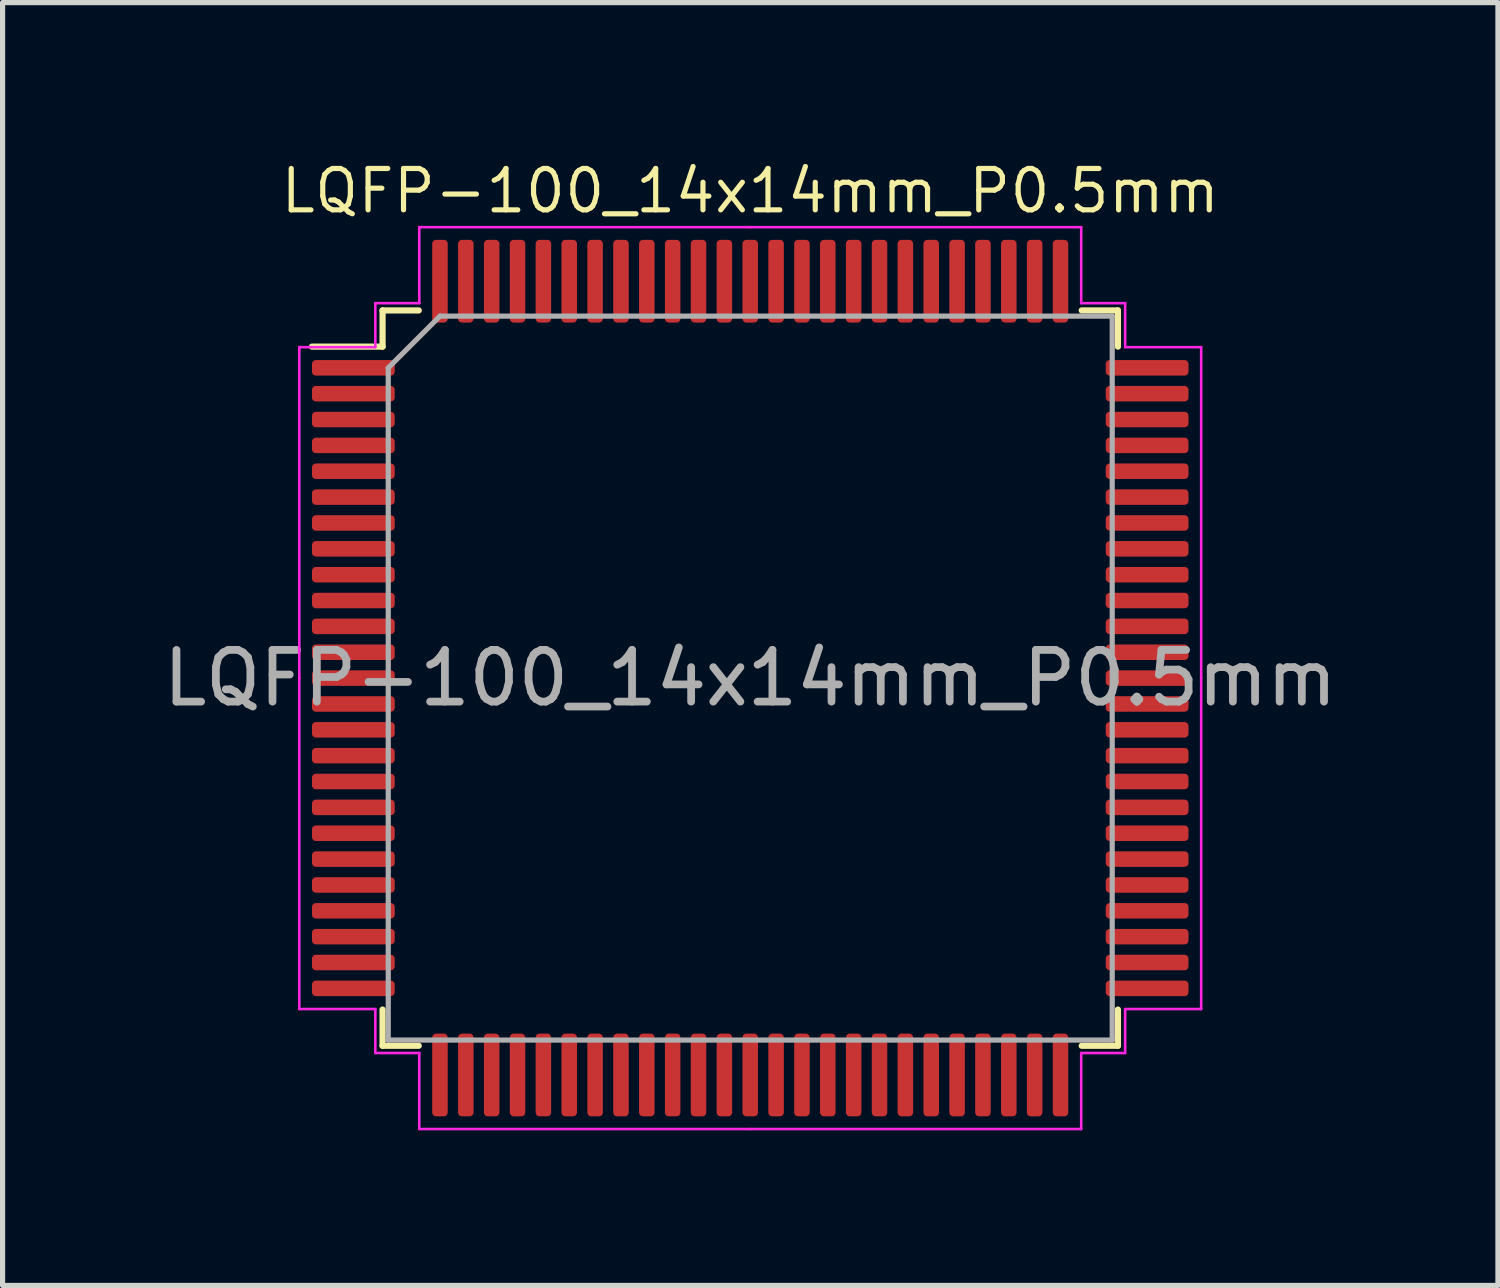
<source format=kicad_pcb>
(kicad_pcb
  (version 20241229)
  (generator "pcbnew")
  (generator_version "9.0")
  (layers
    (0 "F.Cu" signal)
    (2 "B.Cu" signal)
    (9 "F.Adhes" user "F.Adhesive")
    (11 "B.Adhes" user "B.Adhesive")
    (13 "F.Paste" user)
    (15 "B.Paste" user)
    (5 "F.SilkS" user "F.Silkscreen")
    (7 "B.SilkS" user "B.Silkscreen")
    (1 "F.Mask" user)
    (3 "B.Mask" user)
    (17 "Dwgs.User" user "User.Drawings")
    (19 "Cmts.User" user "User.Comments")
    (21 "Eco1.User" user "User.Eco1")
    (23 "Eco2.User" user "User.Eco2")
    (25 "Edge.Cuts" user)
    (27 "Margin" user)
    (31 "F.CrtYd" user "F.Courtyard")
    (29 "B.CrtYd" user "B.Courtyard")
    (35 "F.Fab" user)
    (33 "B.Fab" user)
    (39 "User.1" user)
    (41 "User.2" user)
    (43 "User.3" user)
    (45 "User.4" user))
  (footprint "LQFP-100_14x14mm_P0.5mm"
    (layer "F.Cu")
    (at 11.458 10.063)
    (property "Reference" "LQFP-100_14x14mm_P0.5mm" (at 0 -9.42 0) (unlocked yes) (layer "F.SilkS") (effects (font (size 0.8 0.8) (thickness 0.1))))
    (attr smd)
    (fp_line (start -7.11 -7.11) (end -7.11 -6.41) (stroke (width 0.12) (type solid)) (layer "F.SilkS"))
    (fp_line (start -7.11 -6.41) (end -8.475 -6.41) (stroke (width 0.12) (type solid)) (layer "F.SilkS"))
    (fp_line (start -7.11 7.11) (end -7.11 6.41) (stroke (width 0.12) (type solid)) (layer "F.SilkS"))
    (fp_line (start -6.41 -7.11) (end -7.11 -7.11) (stroke (width 0.12) (type solid)) (layer "F.SilkS"))
    (fp_line (start -6.41 7.11) (end -7.11 7.11) (stroke (width 0.12) (type solid)) (layer "F.SilkS"))
    (fp_line (start 6.41 -7.11) (end 7.11 -7.11) (stroke (width 0.12) (type solid)) (layer "F.SilkS"))
    (fp_line (start 6.41 7.11) (end 7.11 7.11) (stroke (width 0.12) (type solid)) (layer "F.SilkS"))
    (fp_line (start 7.11 -7.11) (end 7.11 -6.41) (stroke (width 0.12) (type solid)) (layer "F.SilkS"))
    (fp_line (start 7.11 7.11) (end 7.11 6.41) (stroke (width 0.12) (type solid)) (layer "F.SilkS"))
    (fp_line (start -8.72 -6.4) (end -8.72 0) (stroke (width 0.05) (type solid)) (layer "F.CrtYd"))
    (fp_line (start -8.72 6.4) (end -8.72 0) (stroke (width 0.05) (type solid)) (layer "F.CrtYd"))
    (fp_line (start -7.25 -7.25) (end -7.25 -6.4) (stroke (width 0.05) (type solid)) (layer "F.CrtYd"))
    (fp_line (start -7.25 -6.4) (end -8.72 -6.4) (stroke (width 0.05) (type solid)) (layer "F.CrtYd"))
    (fp_line (start -7.25 6.4) (end -8.72 6.4) (stroke (width 0.05) (type solid)) (layer "F.CrtYd"))
    (fp_line (start -7.25 7.25) (end -7.25 6.4) (stroke (width 0.05) (type solid)) (layer "F.CrtYd"))
    (fp_line (start -6.4 -8.72) (end -6.4 -7.25) (stroke (width 0.05) (type solid)) (layer "F.CrtYd"))
    (fp_line (start -6.4 -7.25) (end -7.25 -7.25) (stroke (width 0.05) (type solid)) (layer "F.CrtYd"))
    (fp_line (start -6.4 7.25) (end -7.25 7.25) (stroke (width 0.05) (type solid)) (layer "F.CrtYd"))
    (fp_line (start -6.4 8.72) (end -6.4 7.25) (stroke (width 0.05) (type solid)) (layer "F.CrtYd"))
    (fp_line (start 0 -8.72) (end -6.4 -8.72) (stroke (width 0.05) (type solid)) (layer "F.CrtYd"))
    (fp_line (start 0 -8.72) (end 6.4 -8.72) (stroke (width 0.05) (type solid)) (layer "F.CrtYd"))
    (fp_line (start 0 8.72) (end -6.4 8.72) (stroke (width 0.05) (type solid)) (layer "F.CrtYd"))
    (fp_line (start 0 8.72) (end 6.4 8.72) (stroke (width 0.05) (type solid)) (layer "F.CrtYd"))
    (fp_line (start 6.4 -8.72) (end 6.4 -7.25) (stroke (width 0.05) (type solid)) (layer "F.CrtYd"))
    (fp_line (start 6.4 -7.25) (end 7.25 -7.25) (stroke (width 0.05) (type solid)) (layer "F.CrtYd"))
    (fp_line (start 6.4 7.25) (end 7.25 7.25) (stroke (width 0.05) (type solid)) (layer "F.CrtYd"))
    (fp_line (start 6.4 8.72) (end 6.4 7.25) (stroke (width 0.05) (type solid)) (layer "F.CrtYd"))
    (fp_line (start 7.25 -7.25) (end 7.25 -6.4) (stroke (width 0.05) (type solid)) (layer "F.CrtYd"))
    (fp_line (start 7.25 -6.4) (end 8.72 -6.4) (stroke (width 0.05) (type solid)) (layer "F.CrtYd"))
    (fp_line (start 7.25 6.4) (end 8.72 6.4) (stroke (width 0.05) (type solid)) (layer "F.CrtYd"))
    (fp_line (start 7.25 7.25) (end 7.25 6.4) (stroke (width 0.05) (type solid)) (layer "F.CrtYd"))
    (fp_line (start 8.72 -6.4) (end 8.72 0) (stroke (width 0.05) (type solid)) (layer "F.CrtYd"))
    (fp_line (start 8.72 6.4) (end 8.72 0) (stroke (width 0.05) (type solid)) (layer "F.CrtYd"))
    (fp_line (start -7 -6) (end -6 -7) (stroke (width 0.1) (type solid)) (layer "F.Fab"))
    (fp_line (start -7 7) (end -7 -6) (stroke (width 0.1) (type solid)) (layer "F.Fab"))
    (fp_line (start -6 -7) (end 7 -7) (stroke (width 0.1) (type solid)) (layer "F.Fab"))
    (fp_line (start 7 -7) (end 7 7) (stroke (width 0.1) (type solid)) (layer "F.Fab"))
    (fp_line (start 7 7) (end -7 7) (stroke (width 0.1) (type solid)) (layer "F.Fab"))
    (fp_text user "${REFERENCE}" (at 0 0 0) (layer "F.Fab") (effects (font (size 1 1) (thickness 0.15))))
    (pad "1" smd roundrect (at -7.675 -6) (size 1.6 0.3) (layers "F.Cu" "F.Mask" "F.Paste") (roundrect_rratio 0.25))
    (pad "2" smd roundrect (at -7.675 -5.5) (size 1.6 0.3) (layers "F.Cu" "F.Mask" "F.Paste") (roundrect_rratio 0.25))
    (pad "3" smd roundrect (at -7.675 -5) (size 1.6 0.3) (layers "F.Cu" "F.Mask" "F.Paste") (roundrect_rratio 0.25))
    (pad "4" smd roundrect (at -7.675 -4.5) (size 1.6 0.3) (layers "F.Cu" "F.Mask" "F.Paste") (roundrect_rratio 0.25))
    (pad "5" smd roundrect (at -7.675 -4) (size 1.6 0.3) (layers "F.Cu" "F.Mask" "F.Paste") (roundrect_rratio 0.25))
    (pad "6" smd roundrect (at -7.675 -3.5) (size 1.6 0.3) (layers "F.Cu" "F.Mask" "F.Paste") (roundrect_rratio 0.25))
    (pad "7" smd roundrect (at -7.675 -3) (size 1.6 0.3) (layers "F.Cu" "F.Mask" "F.Paste") (roundrect_rratio 0.25))
    (pad "8" smd roundrect (at -7.675 -2.5) (size 1.6 0.3) (layers "F.Cu" "F.Mask" "F.Paste") (roundrect_rratio 0.25))
    (pad "9" smd roundrect (at -7.675 -2) (size 1.6 0.3) (layers "F.Cu" "F.Mask" "F.Paste") (roundrect_rratio 0.25))
    (pad "10" smd roundrect (at -7.675 -1.5) (size 1.6 0.3) (layers "F.Cu" "F.Mask" "F.Paste") (roundrect_rratio 0.25))
    (pad "11" smd roundrect (at -7.675 -1) (size 1.6 0.3) (layers "F.Cu" "F.Mask" "F.Paste") (roundrect_rratio 0.25))
    (pad "12" smd roundrect (at -7.675 -0.5) (size 1.6 0.3) (layers "F.Cu" "F.Mask" "F.Paste") (roundrect_rratio 0.25))
    (pad "13" smd roundrect (at -7.675 0) (size 1.6 0.3) (layers "F.Cu" "F.Mask" "F.Paste") (roundrect_rratio 0.25))
    (pad "14" smd roundrect (at -7.675 0.5) (size 1.6 0.3) (layers "F.Cu" "F.Mask" "F.Paste") (roundrect_rratio 0.25))
    (pad "15" smd roundrect (at -7.675 1) (size 1.6 0.3) (layers "F.Cu" "F.Mask" "F.Paste") (roundrect_rratio 0.25))
    (pad "16" smd roundrect (at -7.675 1.5) (size 1.6 0.3) (layers "F.Cu" "F.Mask" "F.Paste") (roundrect_rratio 0.25))
    (pad "17" smd roundrect (at -7.675 2) (size 1.6 0.3) (layers "F.Cu" "F.Mask" "F.Paste") (roundrect_rratio 0.25))
    (pad "18" smd roundrect (at -7.675 2.5) (size 1.6 0.3) (layers "F.Cu" "F.Mask" "F.Paste") (roundrect_rratio 0.25))
    (pad "19" smd roundrect (at -7.675 3) (size 1.6 0.3) (layers "F.Cu" "F.Mask" "F.Paste") (roundrect_rratio 0.25))
    (pad "20" smd roundrect (at -7.675 3.5) (size 1.6 0.3) (layers "F.Cu" "F.Mask" "F.Paste") (roundrect_rratio 0.25))
    (pad "21" smd roundrect (at -7.675 4) (size 1.6 0.3) (layers "F.Cu" "F.Mask" "F.Paste") (roundrect_rratio 0.25))
    (pad "22" smd roundrect (at -7.675 4.5) (size 1.6 0.3) (layers "F.Cu" "F.Mask" "F.Paste") (roundrect_rratio 0.25))
    (pad "23" smd roundrect (at -7.675 5) (size 1.6 0.3) (layers "F.Cu" "F.Mask" "F.Paste") (roundrect_rratio 0.25))
    (pad "24" smd roundrect (at -7.675 5.5) (size 1.6 0.3) (layers "F.Cu" "F.Mask" "F.Paste") (roundrect_rratio 0.25))
    (pad "25" smd roundrect (at -7.675 6) (size 1.6 0.3) (layers "F.Cu" "F.Mask" "F.Paste") (roundrect_rratio 0.25))
    (pad "26" smd roundrect (at -6 7.675) (size 0.3 1.6) (layers "F.Cu" "F.Mask" "F.Paste") (roundrect_rratio 0.25))
    (pad "27" smd roundrect (at -5.5 7.675) (size 0.3 1.6) (layers "F.Cu" "F.Mask" "F.Paste") (roundrect_rratio 0.25))
    (pad "28" smd roundrect (at -5 7.675) (size 0.3 1.6) (layers "F.Cu" "F.Mask" "F.Paste") (roundrect_rratio 0.25))
    (pad "29" smd roundrect (at -4.5 7.675) (size 0.3 1.6) (layers "F.Cu" "F.Mask" "F.Paste") (roundrect_rratio 0.25))
    (pad "30" smd roundrect (at -4 7.675) (size 0.3 1.6) (layers "F.Cu" "F.Mask" "F.Paste") (roundrect_rratio 0.25))
    (pad "31" smd roundrect (at -3.5 7.675) (size 0.3 1.6) (layers "F.Cu" "F.Mask" "F.Paste") (roundrect_rratio 0.25))
    (pad "32" smd roundrect (at -3 7.675) (size 0.3 1.6) (layers "F.Cu" "F.Mask" "F.Paste") (roundrect_rratio 0.25))
    (pad "33" smd roundrect (at -2.5 7.675) (size 0.3 1.6) (layers "F.Cu" "F.Mask" "F.Paste") (roundrect_rratio 0.25))
    (pad "34" smd roundrect (at -2 7.675) (size 0.3 1.6) (layers "F.Cu" "F.Mask" "F.Paste") (roundrect_rratio 0.25))
    (pad "35" smd roundrect (at -1.5 7.675) (size 0.3 1.6) (layers "F.Cu" "F.Mask" "F.Paste") (roundrect_rratio 0.25))
    (pad "36" smd roundrect (at -1 7.675) (size 0.3 1.6) (layers "F.Cu" "F.Mask" "F.Paste") (roundrect_rratio 0.25))
    (pad "37" smd roundrect (at -0.5 7.675) (size 0.3 1.6) (layers "F.Cu" "F.Mask" "F.Paste") (roundrect_rratio 0.25))
    (pad "38" smd roundrect (at 0 7.675) (size 0.3 1.6) (layers "F.Cu" "F.Mask" "F.Paste") (roundrect_rratio 0.25))
    (pad "39" smd roundrect (at 0.5 7.675) (size 0.3 1.6) (layers "F.Cu" "F.Mask" "F.Paste") (roundrect_rratio 0.25))
    (pad "40" smd roundrect (at 1 7.675) (size 0.3 1.6) (layers "F.Cu" "F.Mask" "F.Paste") (roundrect_rratio 0.25))
    (pad "41" smd roundrect (at 1.5 7.675) (size 0.3 1.6) (layers "F.Cu" "F.Mask" "F.Paste") (roundrect_rratio 0.25))
    (pad "42" smd roundrect (at 2 7.675) (size 0.3 1.6) (layers "F.Cu" "F.Mask" "F.Paste") (roundrect_rratio 0.25))
    (pad "43" smd roundrect (at 2.5 7.675) (size 0.3 1.6) (layers "F.Cu" "F.Mask" "F.Paste") (roundrect_rratio 0.25))
    (pad "44" smd roundrect (at 3 7.675) (size 0.3 1.6) (layers "F.Cu" "F.Mask" "F.Paste") (roundrect_rratio 0.25))
    (pad "45" smd roundrect (at 3.5 7.675) (size 0.3 1.6) (layers "F.Cu" "F.Mask" "F.Paste") (roundrect_rratio 0.25))
    (pad "46" smd roundrect (at 4 7.675) (size 0.3 1.6) (layers "F.Cu" "F.Mask" "F.Paste") (roundrect_rratio 0.25))
    (pad "47" smd roundrect (at 4.5 7.675) (size 0.3 1.6) (layers "F.Cu" "F.Mask" "F.Paste") (roundrect_rratio 0.25))
    (pad "48" smd roundrect (at 5 7.675) (size 0.3 1.6) (layers "F.Cu" "F.Mask" "F.Paste") (roundrect_rratio 0.25))
    (pad "49" smd roundrect (at 5.5 7.675) (size 0.3 1.6) (layers "F.Cu" "F.Mask" "F.Paste") (roundrect_rratio 0.25))
    (pad "50" smd roundrect (at 6 7.675) (size 0.3 1.6) (layers "F.Cu" "F.Mask" "F.Paste") (roundrect_rratio 0.25))
    (pad "51" smd roundrect (at 7.675 6) (size 1.6 0.3) (layers "F.Cu" "F.Mask" "F.Paste") (roundrect_rratio 0.25))
    (pad "52" smd roundrect (at 7.675 5.5) (size 1.6 0.3) (layers "F.Cu" "F.Mask" "F.Paste") (roundrect_rratio 0.25))
    (pad "53" smd roundrect (at 7.675 5) (size 1.6 0.3) (layers "F.Cu" "F.Mask" "F.Paste") (roundrect_rratio 0.25))
    (pad "54" smd roundrect (at 7.675 4.5) (size 1.6 0.3) (layers "F.Cu" "F.Mask" "F.Paste") (roundrect_rratio 0.25))
    (pad "55" smd roundrect (at 7.675 4) (size 1.6 0.3) (layers "F.Cu" "F.Mask" "F.Paste") (roundrect_rratio 0.25))
    (pad "56" smd roundrect (at 7.675 3.5) (size 1.6 0.3) (layers "F.Cu" "F.Mask" "F.Paste") (roundrect_rratio 0.25))
    (pad "57" smd roundrect (at 7.675 3) (size 1.6 0.3) (layers "F.Cu" "F.Mask" "F.Paste") (roundrect_rratio 0.25))
    (pad "58" smd roundrect (at 7.675 2.5) (size 1.6 0.3) (layers "F.Cu" "F.Mask" "F.Paste") (roundrect_rratio 0.25))
    (pad "59" smd roundrect (at 7.675 2) (size 1.6 0.3) (layers "F.Cu" "F.Mask" "F.Paste") (roundrect_rratio 0.25))
    (pad "60" smd roundrect (at 7.675 1.5) (size 1.6 0.3) (layers "F.Cu" "F.Mask" "F.Paste") (roundrect_rratio 0.25))
    (pad "61" smd roundrect (at 7.675 1) (size 1.6 0.3) (layers "F.Cu" "F.Mask" "F.Paste") (roundrect_rratio 0.25))
    (pad "62" smd roundrect (at 7.675 0.5) (size 1.6 0.3) (layers "F.Cu" "F.Mask" "F.Paste") (roundrect_rratio 0.25))
    (pad "63" smd roundrect (at 7.675 0) (size 1.6 0.3) (layers "F.Cu" "F.Mask" "F.Paste") (roundrect_rratio 0.25))
    (pad "64" smd roundrect (at 7.675 -0.5) (size 1.6 0.3) (layers "F.Cu" "F.Mask" "F.Paste") (roundrect_rratio 0.25))
    (pad "65" smd roundrect (at 7.675 -1) (size 1.6 0.3) (layers "F.Cu" "F.Mask" "F.Paste") (roundrect_rratio 0.25))
    (pad "66" smd roundrect (at 7.675 -1.5) (size 1.6 0.3) (layers "F.Cu" "F.Mask" "F.Paste") (roundrect_rratio 0.25))
    (pad "67" smd roundrect (at 7.675 -2) (size 1.6 0.3) (layers "F.Cu" "F.Mask" "F.Paste") (roundrect_rratio 0.25))
    (pad "68" smd roundrect (at 7.675 -2.5) (size 1.6 0.3) (layers "F.Cu" "F.Mask" "F.Paste") (roundrect_rratio 0.25))
    (pad "69" smd roundrect (at 7.675 -3) (size 1.6 0.3) (layers "F.Cu" "F.Mask" "F.Paste") (roundrect_rratio 0.25))
    (pad "70" smd roundrect (at 7.675 -3.5) (size 1.6 0.3) (layers "F.Cu" "F.Mask" "F.Paste") (roundrect_rratio 0.25))
    (pad "71" smd roundrect (at 7.675 -4) (size 1.6 0.3) (layers "F.Cu" "F.Mask" "F.Paste") (roundrect_rratio 0.25))
    (pad "72" smd roundrect (at 7.675 -4.5) (size 1.6 0.3) (layers "F.Cu" "F.Mask" "F.Paste") (roundrect_rratio 0.25))
    (pad "73" smd roundrect (at 7.675 -5) (size 1.6 0.3) (layers "F.Cu" "F.Mask" "F.Paste") (roundrect_rratio 0.25))
    (pad "74" smd roundrect (at 7.675 -5.5) (size 1.6 0.3) (layers "F.Cu" "F.Mask" "F.Paste") (roundrect_rratio 0.25))
    (pad "75" smd roundrect (at 7.675 -6) (size 1.6 0.3) (layers "F.Cu" "F.Mask" "F.Paste") (roundrect_rratio 0.25))
    (pad "76" smd roundrect (at 6 -7.675) (size 0.3 1.6) (layers "F.Cu" "F.Mask" "F.Paste") (roundrect_rratio 0.25))
    (pad "77" smd roundrect (at 5.5 -7.675) (size 0.3 1.6) (layers "F.Cu" "F.Mask" "F.Paste") (roundrect_rratio 0.25))
    (pad "78" smd roundrect (at 5 -7.675) (size 0.3 1.6) (layers "F.Cu" "F.Mask" "F.Paste") (roundrect_rratio 0.25))
    (pad "79" smd roundrect (at 4.5 -7.675) (size 0.3 1.6) (layers "F.Cu" "F.Mask" "F.Paste") (roundrect_rratio 0.25))
    (pad "80" smd roundrect (at 4 -7.675) (size 0.3 1.6) (layers "F.Cu" "F.Mask" "F.Paste") (roundrect_rratio 0.25))
    (pad "81" smd roundrect (at 3.5 -7.675) (size 0.3 1.6) (layers "F.Cu" "F.Mask" "F.Paste") (roundrect_rratio 0.25))
    (pad "82" smd roundrect (at 3 -7.675) (size 0.3 1.6) (layers "F.Cu" "F.Mask" "F.Paste") (roundrect_rratio 0.25))
    (pad "83" smd roundrect (at 2.5 -7.675) (size 0.3 1.6) (layers "F.Cu" "F.Mask" "F.Paste") (roundrect_rratio 0.25))
    (pad "84" smd roundrect (at 2 -7.675) (size 0.3 1.6) (layers "F.Cu" "F.Mask" "F.Paste") (roundrect_rratio 0.25))
    (pad "85" smd roundrect (at 1.5 -7.675) (size 0.3 1.6) (layers "F.Cu" "F.Mask" "F.Paste") (roundrect_rratio 0.25))
    (pad "86" smd roundrect (at 1 -7.675) (size 0.3 1.6) (layers "F.Cu" "F.Mask" "F.Paste") (roundrect_rratio 0.25))
    (pad "87" smd roundrect (at 0.5 -7.675) (size 0.3 1.6) (layers "F.Cu" "F.Mask" "F.Paste") (roundrect_rratio 0.25))
    (pad "88" smd roundrect (at 0 -7.675) (size 0.3 1.6) (layers "F.Cu" "F.Mask" "F.Paste") (roundrect_rratio 0.25))
    (pad "89" smd roundrect (at -0.5 -7.675) (size 0.3 1.6) (layers "F.Cu" "F.Mask" "F.Paste") (roundrect_rratio 0.25))
    (pad "90" smd roundrect (at -1 -7.675) (size 0.3 1.6) (layers "F.Cu" "F.Mask" "F.Paste") (roundrect_rratio 0.25))
    (pad "91" smd roundrect (at -1.5 -7.675) (size 0.3 1.6) (layers "F.Cu" "F.Mask" "F.Paste") (roundrect_rratio 0.25))
    (pad "92" smd roundrect (at -2 -7.675) (size 0.3 1.6) (layers "F.Cu" "F.Mask" "F.Paste") (roundrect_rratio 0.25))
    (pad "93" smd roundrect (at -2.5 -7.675) (size 0.3 1.6) (layers "F.Cu" "F.Mask" "F.Paste") (roundrect_rratio 0.25))
    (pad "94" smd roundrect (at -3 -7.675) (size 0.3 1.6) (layers "F.Cu" "F.Mask" "F.Paste") (roundrect_rratio 0.25))
    (pad "95" smd roundrect (at -3.5 -7.675) (size 0.3 1.6) (layers "F.Cu" "F.Mask" "F.Paste") (roundrect_rratio 0.25))
    (pad "96" smd roundrect (at -4 -7.675) (size 0.3 1.6) (layers "F.Cu" "F.Mask" "F.Paste") (roundrect_rratio 0.25))
    (pad "97" smd roundrect (at -4.5 -7.675) (size 0.3 1.6) (layers "F.Cu" "F.Mask" "F.Paste") (roundrect_rratio 0.25))
    (pad "98" smd roundrect (at -5 -7.675) (size 0.3 1.6) (layers "F.Cu" "F.Mask" "F.Paste") (roundrect_rratio 0.25))
    (pad "99" smd roundrect (at -5.5 -7.675) (size 0.3 1.6) (layers "F.Cu" "F.Mask" "F.Paste") (roundrect_rratio 0.25))
    (pad "100" smd roundrect (at -6 -7.675) (size 0.3 1.6) (layers "F.Cu" "F.Mask" "F.Paste") (roundrect_rratio 0.25)))
  (gr_rect
    (start -3 -3)
    (end 25.917 21.808)
    (stroke (width 0.1) (type default))
    (fill no)
    (layer "Edge.Cuts")))
</source>
